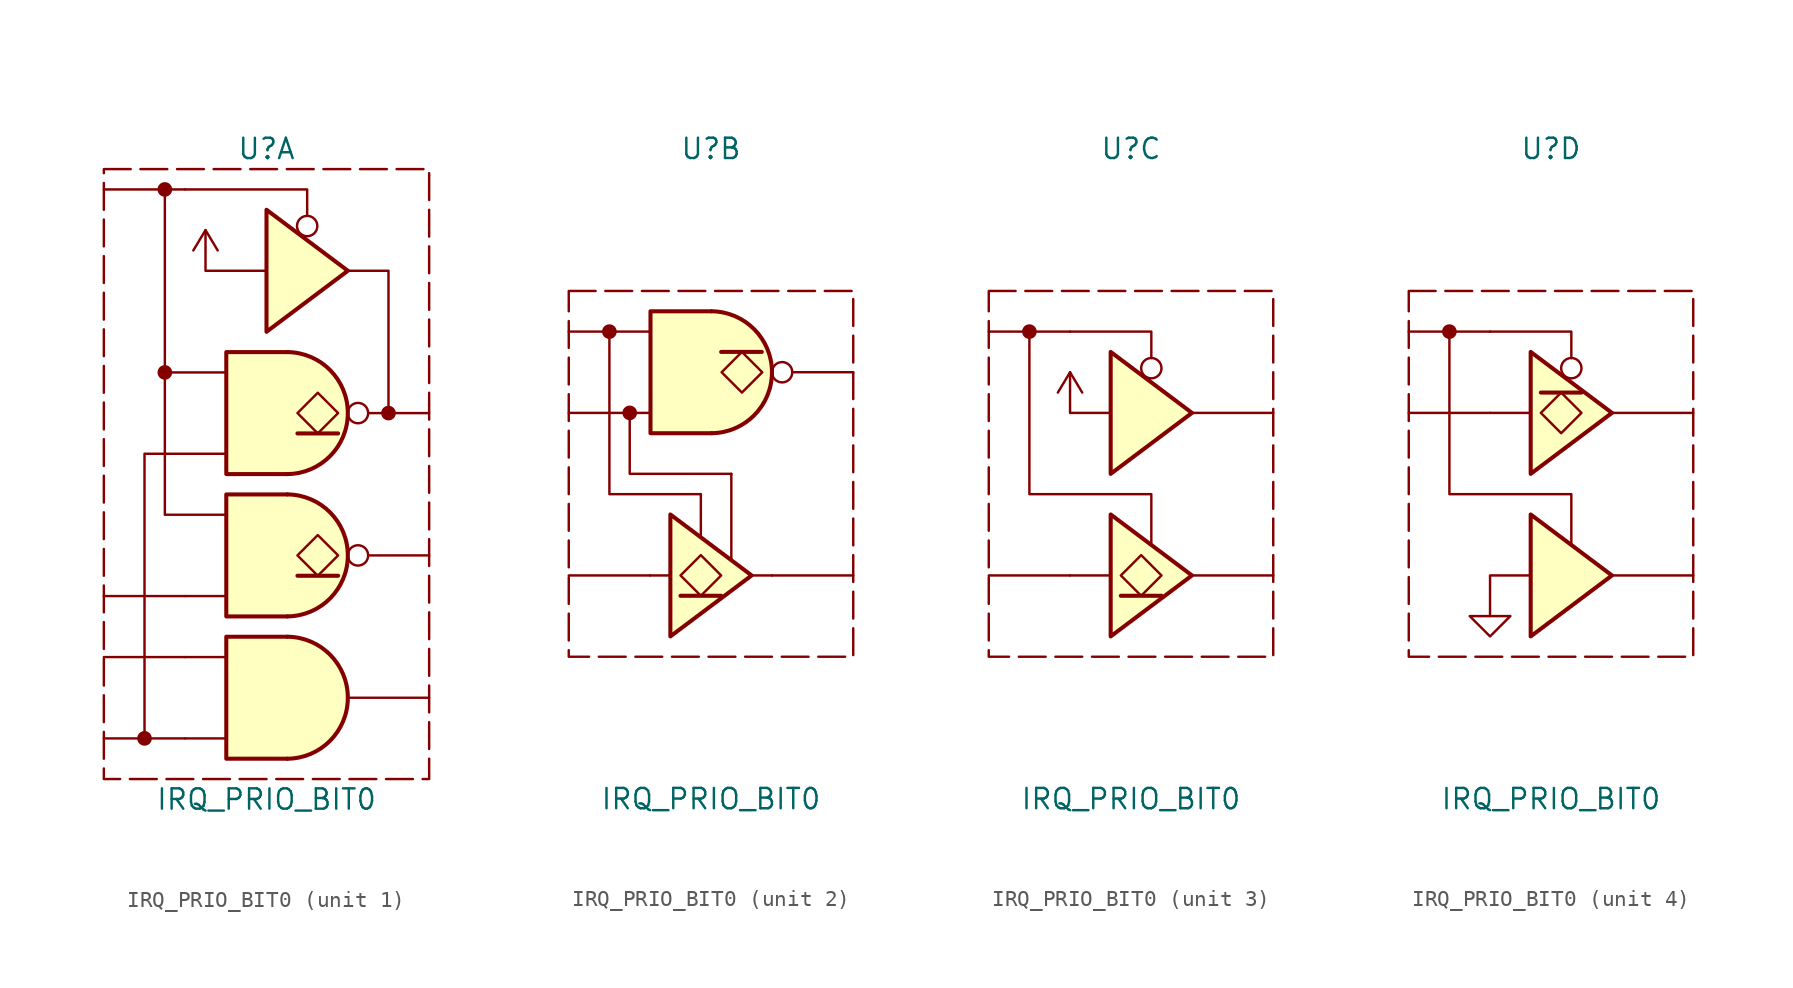
<source format=kicad_sym>
(kicad_symbol_lib
  (version 20231120)
  (generator "kicad_symbol_editor")
  (generator_version "8.0")
  (symbol "IRQ_PRIO_BIT0"
    (pin_numbers hide)
    (pin_names hide)
    (property "Reference" "U"
      (at 0 20.32 0)
      (effects (font (size 1.27 1.27))))
    (property "Value" "IRQ_PRIO_BIT0"
      (at 0 -20.32 0)
      (effects (font (size 1.27 1.27))))
    (property "ki_locked" ""
      (at 0 0 0)
      (effects (font (size 1.27 1.27))))
    (symbol "IRQ_PRIO_BIT0_1_0"
      (polyline (pts (xy 0 16.51) (xy 0 8.89) (xy 5.08 12.7) (xy 0 16.51)) (stroke (width 0.254) (type default)) (fill (type background))))
    (symbol "IRQ_PRIO_BIT0_1_1"
      (rectangle (start -10.16 19.05) (end 10.16 -19.05) (stroke (width 0) (type dash)) (fill (type none)))
      (circle (center -7.62 -16.51) (radius 0.381) (stroke (width 0) (type default)) (fill (type outline)))
      (circle (center -6.35 6.35) (radius 0.381) (stroke (width 0) (type default)) (fill (type outline)))
      (circle (center -6.35 17.78) (radius 0.381) (stroke (width 0) (type default)) (fill (type outline)))
      (polyline (pts (xy -5.08 -16.51) (xy -2.54 -16.51)) (stroke (width 0) (type default)) (fill (type none)))
      (polyline (pts (xy -5.08 -11.43) (xy -2.54 -11.43)) (stroke (width 0) (type default)) (fill (type none)))
      (polyline (pts (xy -5.08 -7.62) (xy -2.54 -7.62)) (stroke (width 0) (type default)) (fill (type none)))
      (polyline (pts (xy -2.54 6.35) (xy -6.35 6.35)) (stroke (width 0) (type default)) (fill (type none)))
      (polyline (pts (xy 1.933 -6.35) (xy 4.473 -6.35)) (stroke (width 0.254) (type default)) (fill (type none)))
      (polyline (pts (xy 1.933 2.54) (xy 4.473 2.54)) (stroke (width 0.254) (type default)) (fill (type none)))
      (polyline (pts (xy -4.572 13.97) (xy -3.81 15.24) (xy -3.048 13.97)) (stroke (width 0) (type default)) (fill (type none)))
      (polyline (pts (xy -2.54 -2.54) (xy -6.35 -2.54) (xy -6.35 17.78)) (stroke (width 0) (type default)) (fill (type none)))
      (polyline (pts (xy -2.54 1.27) (xy -7.62 1.27) (xy -7.62 -16.51)) (stroke (width 0) (type default)) (fill (type none)))
      (polyline (pts (xy 0 12.7) (xy -3.81 12.7) (xy -3.81 15.24)) (stroke (width 0) (type default)) (fill (type none)))
      (polyline (pts (xy 2.54 16.129) (xy 2.54 17.78) (xy -5.08 17.78)) (stroke (width 0) (type default)) (fill (type none)))
      (polyline (pts (xy 5.08 12.7) (xy 7.62 12.7) (xy 7.62 3.81)) (stroke (width 0) (type default)) (fill (type none)))
      (polyline (pts (xy 1.298 -10.16) (xy -2.512 -10.16) (xy -2.512 -17.78) (xy 1.298 -17.78)) (stroke (width 0.254) (type default)) (fill (type background)))
      (polyline (pts (xy 1.298 -1.27) (xy -2.512 -1.27) (xy -2.512 -8.89) (xy 1.298 -8.89)) (stroke (width 0.254) (type default)) (fill (type background)))
      (polyline (pts (xy 1.298 7.62) (xy -2.512 7.62) (xy -2.512 0) (xy 1.298 0)) (stroke (width 0.254) (type default)) (fill (type background)))
      (polyline (pts (xy 4.473 -5.08) (xy 3.203 -3.81) (xy 1.933 -5.08) (xy 3.203 -6.35) (xy 4.473 -5.08)) (stroke (width 0) (type default)) (fill (type none)))
      (polyline (pts (xy 4.473 3.81) (xy 3.203 5.08) (xy 1.933 3.81) (xy 3.203 2.54) (xy 4.473 3.81)) (stroke (width 0) (type default)) (fill (type none)))
      (arc (start 1.2976 -17.78) (mid 5.0801 -13.97) (end 1.2976 -10.16) (stroke (width 0.254) (type default)) (fill (type background)))
      (arc (start 1.2976 -8.89) (mid 5.0801 -5.08) (end 1.2976 -1.27) (stroke (width 0.254) (type default)) (fill (type background)))
      (arc (start 1.2976 0) (mid 5.0801 3.81) (end 1.2976 7.62) (stroke (width 0.254) (type default)) (fill (type background)))
      (circle (center 2.54 15.494) (radius 0.635) (stroke (width 0) (type default)) (fill (type none)))
      (circle (center 7.62 3.81) (radius 0.381) (stroke (width 0) (type default)) (fill (type outline)))
      (pin input line (at -10.16 -11.43 0) (length 5.08) (name "AND_IN1" (effects (font (size 1.27 1.27)))) (number "" (effects (font (size 1.27 1.27)))))
      (pin input line (at -10.16 -16.51 0) (length 5.08) (name "AND_IN2_NAND_A_IN2" (effects (font (size 1.27 1.27)))) (number "" (effects (font (size 1.27 1.27)))))
      (pin output line (at 10.16 -13.97 180) (length 5.08) (name "AND_Y" (effects (font (size 1.27 1.27)))) (number "" (effects (font (size 1.27 1.27)))))
      (pin tri_state inverted (at 10.16 3.81 180) (length 5.08) (name "NAND_A_Y" (effects (font (size 1.27 1.27)))) (number "" (effects (font (size 1.27 1.27)))))
      (pin input line (at -10.16 -7.62 0) (length 5.08) (name "NAND_B_IN2" (effects (font (size 1.27 1.27)))) (number "" (effects (font (size 1.27 1.27)))))
      (pin tri_state inverted (at 10.16 -5.08 180) (length 5.08) (name "NAND_B_Y" (effects (font (size 1.27 1.27)))) (number "" (effects (font (size 1.27 1.27)))))
      (pin input line (at -10.16 17.78 0) (length 5.08) (name "~{PCH}" (effects (font (size 1.27 1.27)))) (number "" (effects (font (size 1.27 1.27))))))
    (symbol "IRQ_PRIO_BIT0_2_0"
      (polyline (pts (xy -2.54 -2.54) (xy -2.54 -10.16) (xy 2.54 -6.35) (xy -2.54 -2.54)) (stroke (width 0.254) (type default)) (fill (type background))))
    (symbol "IRQ_PRIO_BIT0_2_1"
      (rectangle (start -8.89 11.43) (end 8.89 -11.43) (stroke (width 0) (type dash)) (fill (type none)))
      (circle (center -6.35 8.89) (radius 0.381) (stroke (width 0) (type default)) (fill (type outline)))
      (circle (center -5.08 3.81) (radius 0.381) (stroke (width 0) (type default)) (fill (type outline)))
      (polyline (pts (xy -3.81 -6.35) (xy -2.54 -6.35)) (stroke (width 0) (type default)) (fill (type none)))
      (polyline (pts (xy -1.905 -7.62) (xy 0.635 -7.62)) (stroke (width 0.254) (type default)) (fill (type none)))
      (polyline (pts (xy -0.635 -1.27) (xy -0.635 -3.937)) (stroke (width 0) (type default)) (fill (type none)))
      (polyline (pts (xy 0.635 7.62) (xy 3.175 7.62)) (stroke (width 0.254) (type default)) (fill (type none)))
      (polyline (pts (xy 1.27 0) (xy 1.27 -5.334)) (stroke (width 0) (type default)) (fill (type none)))
      (polyline (pts (xy 3.81 -6.35) (xy 2.54 -6.35)) (stroke (width 0) (type default)) (fill (type none)))
      (polyline (pts (xy -0.635 -1.27) (xy -6.35 -1.27) (xy -6.35 8.89)) (stroke (width 0) (type default)) (fill (type none)))
      (polyline (pts (xy 1.27 0) (xy -5.08 0) (xy -5.08 3.81)) (stroke (width 0) (type default)) (fill (type none)))
      (polyline (pts (xy 0.028 10.16) (xy -3.782 10.16) (xy -3.782 2.54) (xy 0.028 2.54)) (stroke (width 0.254) (type default)) (fill (type background)))
      (polyline (pts (xy 0.635 -6.35) (xy -0.635 -5.08) (xy -1.905 -6.35) (xy -0.635 -7.62) (xy 0.635 -6.35)) (stroke (width 0) (type default)) (fill (type none)))
      (polyline (pts (xy 3.203 6.35) (xy 1.933 7.62) (xy 0.663 6.35) (xy 1.933 5.08) (xy 3.203 6.35)) (stroke (width 0) (type default)) (fill (type none)))
      (arc (start 0.0276 2.54) (mid 3.8101 6.35) (end 0.0276 10.16) (stroke (width 0.254) (type default)) (fill (type background)))
      (pin input line (at -8.89 8.89 0) (length 5.08) (name "DIST_NAND_A_IN1" (effects (font (size 1.27 1.27)))) (number "" (effects (font (size 1.27 1.27)))))
      (pin input line (at -8.89 3.81 0) (length 5.08) (name "DIST_NAND_A_IN2" (effects (font (size 1.27 1.27)))) (number "" (effects (font (size 1.27 1.27)))))
      (pin input line (at -8.89 -6.35 0) (length 5.08) (name "DIST_NAND_A_IN_N" (effects (font (size 1.27 1.27)))) (number "" (effects (font (size 1.27 1.27)))))
      (pin tri_state line (at 8.89 -6.35 180) (length 5.08) (name "DIST_NAND_A_Y_N" (effects (font (size 1.27 1.27)))) (number "" (effects (font (size 1.27 1.27)))))
      (pin tri_state inverted (at 8.89 6.35 180) (length 5.08) (name "DIST_NAND_A_Y_P" (effects (font (size 1.27 1.27)))) (number "" (effects (font (size 1.27 1.27))))))
    (symbol "IRQ_PRIO_BIT0_3_0"
      (polyline (pts (xy -1.27 -2.54) (xy -1.27 -10.16) (xy 3.81 -6.35) (xy -1.27 -2.54)) (stroke (width 0.254) (type default)) (fill (type background)))
      (polyline (pts (xy -1.27 7.62) (xy -1.27 0) (xy 3.81 3.81) (xy -1.27 7.62)) (stroke (width 0.254) (type default)) (fill (type background))))
    (symbol "IRQ_PRIO_BIT0_3_1"
      (rectangle (start -8.89 11.43) (end 8.89 -11.43) (stroke (width 0) (type dash)) (fill (type none)))
      (circle (center -6.35 8.89) (radius 0.381) (stroke (width 0) (type default)) (fill (type outline)))
      (polyline (pts (xy -3.81 -6.35) (xy -1.27 -6.35)) (stroke (width 0) (type default)) (fill (type none)))
      (polyline (pts (xy -0.635 -7.62) (xy 1.905 -7.62)) (stroke (width 0.254) (type default)) (fill (type none)))
      (polyline (pts (xy -4.572 5.08) (xy -3.81 6.35) (xy -3.048 5.08)) (stroke (width 0) (type default)) (fill (type none)))
      (polyline (pts (xy -3.81 8.89) (xy 1.27 8.89) (xy 1.27 7.239)) (stroke (width 0) (type default)) (fill (type none)))
      (polyline (pts (xy -1.27 3.81) (xy -3.81 3.81) (xy -3.81 6.35)) (stroke (width 0) (type default)) (fill (type none)))
      (polyline (pts (xy 1.27 -4.445) (xy 1.27 -1.27) (xy -6.35 -1.27) (xy -6.35 8.89)) (stroke (width 0) (type default)) (fill (type none)))
      (polyline (pts (xy 1.905 -6.35) (xy 0.635 -5.08) (xy -0.635 -6.35) (xy 0.635 -7.62) (xy 1.905 -6.35)) (stroke (width 0) (type default)) (fill (type none)))
      (circle (center 1.27 6.604) (radius 0.635) (stroke (width 0) (type default)) (fill (type none)))
      (pin input line (at -8.89 8.89 0) (length 5.08) (name "DIST_NAND_B_IN" (effects (font (size 1.27 1.27)))) (number "" (effects (font (size 1.27 1.27)))))
      (pin input line (at -8.89 -6.35 0) (length 5.08) (name "DIST_NAND_B_IN_N" (effects (font (size 1.27 1.27)))) (number "" (effects (font (size 1.27 1.27)))))
      (pin tri_state line (at 8.89 -6.35 180) (length 5.08) (name "DIST_NAND_B_Y_N" (effects (font (size 1.27 1.27)))) (number "" (effects (font (size 1.27 1.27)))))
      (pin tri_state line (at 8.89 3.81 180) (length 5.08) (name "DIST_NAND_B_Y_P" (effects (font (size 1.27 1.27)))) (number "" (effects (font (size 1.27 1.27))))))
    (symbol "IRQ_PRIO_BIT0_4_0"
      (polyline (pts (xy -1.27 -2.54) (xy -1.27 -10.16) (xy 3.81 -6.35) (xy -1.27 -2.54)) (stroke (width 0.254) (type default)) (fill (type background)))
      (polyline (pts (xy -1.27 7.62) (xy -1.27 0) (xy 3.81 3.81) (xy -1.27 7.62)) (stroke (width 0.254) (type default)) (fill (type background))))
    (symbol "IRQ_PRIO_BIT0_4_1"
      (rectangle (start -8.89 11.43) (end 8.89 -11.43) (stroke (width 0) (type dash)) (fill (type none)))
      (circle (center -6.35 8.89) (radius 0.381) (stroke (width 0) (type default)) (fill (type outline)))
      (polyline (pts (xy -3.81 3.81) (xy -1.27 3.81)) (stroke (width 0) (type default)) (fill (type none)))
      (polyline (pts (xy -0.635 5.08) (xy 1.905 5.08)) (stroke (width 0.254) (type default)) (fill (type none)))
      (polyline (pts (xy -3.81 8.89) (xy 1.27 8.89) (xy 1.27 7.239)) (stroke (width 0) (type default)) (fill (type none)))
      (polyline (pts (xy -1.27 -6.35) (xy -3.81 -6.35) (xy -3.81 -8.89)) (stroke (width 0) (type default)) (fill (type none)))
      (polyline (pts (xy -2.54 -8.89) (xy -5.08 -8.89) (xy -3.81 -10.16) (xy -2.54 -8.89)) (stroke (width 0) (type default)) (fill (type none)))
      (polyline (pts (xy 1.27 -4.445) (xy 1.27 -1.27) (xy -6.35 -1.27) (xy -6.35 8.89)) (stroke (width 0) (type default)) (fill (type none)))
      (polyline (pts (xy 1.905 3.81) (xy 0.635 5.08) (xy -0.635 3.81) (xy 0.635 2.54) (xy 1.905 3.81)) (stroke (width 0) (type default)) (fill (type none)))
      (circle (center 1.27 6.604) (radius 0.635) (stroke (width 0) (type default)) (fill (type none)))
      (pin input line (at -8.89 8.89 0) (length 5.08) (name "DIST_NOR_IN" (effects (font (size 1.27 1.27)))) (number "" (effects (font (size 1.27 1.27)))))
      (pin input line (at -8.89 3.81 0) (length 5.08) (name "DIST_NOR_IN_P" (effects (font (size 1.27 1.27)))) (number "" (effects (font (size 1.27 1.27)))))
      (pin tri_state line (at 8.89 -6.35 180) (length 5.08) (name "DIST_NOR_Y_N" (effects (font (size 1.27 1.27)))) (number "" (effects (font (size 1.27 1.27)))))
      (pin tri_state line (at 8.89 3.81 180) (length 5.08) (name "DIST_NOR_Y_P" (effects (font (size 1.27 1.27)))) (number "" (effects (font (size 1.27 1.27))))))))
</source>
